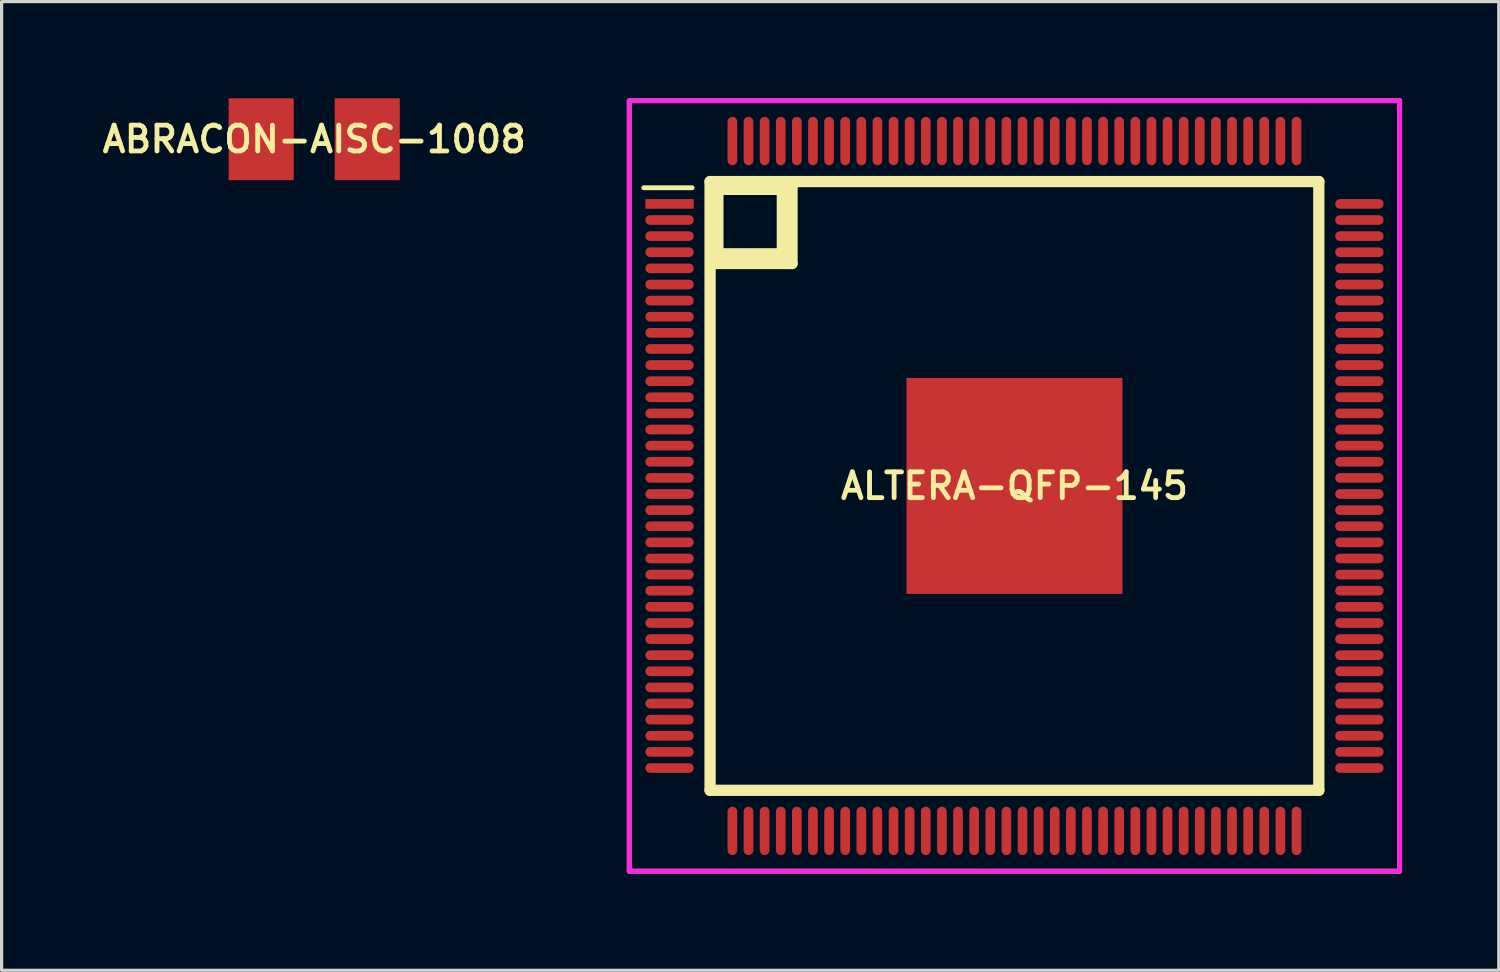
<source format=kicad_pcb>
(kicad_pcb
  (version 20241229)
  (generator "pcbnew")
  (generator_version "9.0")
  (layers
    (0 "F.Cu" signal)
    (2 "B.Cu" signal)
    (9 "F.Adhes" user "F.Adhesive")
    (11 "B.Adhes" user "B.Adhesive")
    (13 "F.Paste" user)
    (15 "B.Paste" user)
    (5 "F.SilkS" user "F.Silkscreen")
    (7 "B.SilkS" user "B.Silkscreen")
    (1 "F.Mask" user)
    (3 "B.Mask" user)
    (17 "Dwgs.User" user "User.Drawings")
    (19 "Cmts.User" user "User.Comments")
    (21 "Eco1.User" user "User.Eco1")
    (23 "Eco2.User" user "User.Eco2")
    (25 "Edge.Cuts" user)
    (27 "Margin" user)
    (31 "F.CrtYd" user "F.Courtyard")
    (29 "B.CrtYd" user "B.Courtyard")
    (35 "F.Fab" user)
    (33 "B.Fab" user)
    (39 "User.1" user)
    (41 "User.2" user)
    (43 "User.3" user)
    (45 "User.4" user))
  (footprint "ABRACON-AISC-1008"
    (layer "F.Cu")
    (at 6.697 1.27)
    (property "Reference" "ABRACON-AISC-1008" (at 0 0 0) (layer "F.SilkS") (effects (font (size 0.8 0.8) (thickness 0.15))))
    (attr through_hole)
    (pad "1" smd rect (at -1.645 0) (size 2.02 2.54) (layers "F.Cu" "F.Mask" "F.Paste"))
    (pad "2" smd rect (at 1.645 0) (size 2.02 2.54) (layers "F.Cu" "F.Mask" "F.Paste")))
  (footprint "ALTERA-QFP-145"
    (layer "F.Cu")
    (at 28.42 12.025)
    (property "Reference" "ALTERA-QFP-145" (at 0 0 0) (layer "F.SilkS") (effects (font (size 0.8 0.8) (thickness 0.15))))
    (attr through_hole)
    (fp_line (start -11.5 -9.25) (end -10 -9.25) (stroke (width 0.15) (type solid)) (layer "F.SilkS"))
    (fp_line (start -9.442 -9.442) (end -9.442 9.442) (stroke (width 0.35) (type solid)) (layer "F.SilkS"))
    (fp_line (start -9.442 9.442) (end 9.442 9.442) (stroke (width 0.35) (type solid)) (layer "F.SilkS"))
    (fp_line (start -9.4 -9.2) (end -7.2 -9.2) (stroke (width 0.35) (type solid)) (layer "F.SilkS"))
    (fp_line (start -9.2 -7.2) (end -9.2 -9.2) (stroke (width 0.35) (type solid)) (layer "F.SilkS"))
    (fp_line (start -7.2 -9.2) (end -7.2 -7.2) (stroke (width 0.35) (type solid)) (layer "F.SilkS"))
    (fp_line (start -7.2 -7.2) (end -9.2 -7.2) (stroke (width 0.35) (type solid)) (layer "F.SilkS"))
    (fp_line (start -6.9 -9.4) (end -6.9 -6.9) (stroke (width 0.35) (type solid)) (layer "F.SilkS"))
    (fp_line (start -6.9 -6.9) (end -9.4 -6.9) (stroke (width 0.35) (type solid)) (layer "F.SilkS"))
    (fp_line (start 9.442 -9.442) (end -9.442 -9.442) (stroke (width 0.35) (type solid)) (layer "F.SilkS"))
    (fp_line (start 9.442 9.442) (end 9.442 -9.442) (stroke (width 0.35) (type solid)) (layer "F.SilkS"))
    (fp_line (start -11.95 -11.95) (end 11.95 -11.95) (stroke (width 0.15) (type solid)) (layer "F.CrtYd"))
    (fp_line (start -11.95 11.95) (end -11.95 -11.95) (stroke (width 0.15) (type solid)) (layer "F.CrtYd"))
    (fp_line (start 11.95 -11.95) (end 11.95 11.95) (stroke (width 0.15) (type solid)) (layer "F.CrtYd"))
    (fp_line (start 11.95 11.95) (end -11.95 11.95) (stroke (width 0.15) (type solid)) (layer "F.CrtYd"))
    (fp_line (start -11.95 -11.95) (end 11.95 -11.95) (stroke (width 0.15) (type solid)) (layer "F.Fab"))
    (fp_line (start -11.95 11.95) (end -11.95 -11.95) (stroke (width 0.15) (type solid)) (layer "F.Fab"))
    (fp_line (start 11.95 -11.95) (end 11.95 11.95) (stroke (width 0.15) (type solid)) (layer "F.Fab"))
    (fp_line (start 11.95 11.95) (end -11.95 11.95) (stroke (width 0.15) (type solid)) (layer "F.Fab"))
    (pad "1" smd rect (at -10.7 -8.75) (size 1.5 0.3) (layers "F.Cu" "F.Mask" "F.Paste"))
    (pad "2" smd oval (at -10.7 -8.25) (size 1.5 0.3) (layers "F.Cu" "F.Mask" "F.Paste"))
    (pad "3" smd oval (at -10.7 -7.75) (size 1.5 0.3) (layers "F.Cu" "F.Mask" "F.Paste"))
    (pad "4" smd oval (at -10.7 -7.25) (size 1.5 0.3) (layers "F.Cu" "F.Mask" "F.Paste"))
    (pad "5" smd oval (at -10.7 -6.75) (size 1.5 0.3) (layers "F.Cu" "F.Mask" "F.Paste"))
    (pad "6" smd oval (at -10.7 -6.25) (size 1.5 0.3) (layers "F.Cu" "F.Mask" "F.Paste"))
    (pad "7" smd oval (at -10.7 -5.75) (size 1.5 0.3) (layers "F.Cu" "F.Mask" "F.Paste"))
    (pad "8" smd oval (at -10.7 -5.25) (size 1.5 0.3) (layers "F.Cu" "F.Mask" "F.Paste"))
    (pad "9" smd oval (at -10.7 -4.75) (size 1.5 0.3) (layers "F.Cu" "F.Mask" "F.Paste"))
    (pad "10" smd oval (at -10.7 -4.25) (size 1.5 0.3) (layers "F.Cu" "F.Mask" "F.Paste"))
    (pad "11" smd oval (at -10.7 -3.75) (size 1.5 0.3) (layers "F.Cu" "F.Mask" "F.Paste"))
    (pad "12" smd oval (at -10.7 -3.25) (size 1.5 0.3) (layers "F.Cu" "F.Mask" "F.Paste"))
    (pad "13" smd oval (at -10.7 -2.75) (size 1.5 0.3) (layers "F.Cu" "F.Mask" "F.Paste"))
    (pad "14" smd oval (at -10.7 -2.25) (size 1.5 0.3) (layers "F.Cu" "F.Mask" "F.Paste"))
    (pad "15" smd oval (at -10.7 -1.75) (size 1.5 0.3) (layers "F.Cu" "F.Mask" "F.Paste"))
    (pad "16" smd oval (at -10.7 -1.25) (size 1.5 0.3) (layers "F.Cu" "F.Mask" "F.Paste"))
    (pad "17" smd oval (at -10.7 -0.75) (size 1.5 0.3) (layers "F.Cu" "F.Mask" "F.Paste"))
    (pad "18" smd oval (at -10.7 -0.25) (size 1.5 0.3) (layers "F.Cu" "F.Mask" "F.Paste"))
    (pad "19" smd oval (at -10.7 0.25) (size 1.5 0.3) (layers "F.Cu" "F.Mask" "F.Paste"))
    (pad "20" smd oval (at -10.7 0.75) (size 1.5 0.3) (layers "F.Cu" "F.Mask" "F.Paste"))
    (pad "21" smd oval (at -10.7 1.25) (size 1.5 0.3) (layers "F.Cu" "F.Mask" "F.Paste"))
    (pad "22" smd oval (at -10.7 1.75) (size 1.5 0.3) (layers "F.Cu" "F.Mask" "F.Paste"))
    (pad "23" smd oval (at -10.7 2.25) (size 1.5 0.3) (layers "F.Cu" "F.Mask" "F.Paste"))
    (pad "24" smd oval (at -10.7 2.75) (size 1.5 0.3) (layers "F.Cu" "F.Mask" "F.Paste"))
    (pad "25" smd oval (at -10.7 3.25) (size 1.5 0.3) (layers "F.Cu" "F.Mask" "F.Paste"))
    (pad "26" smd oval (at -10.7 3.75) (size 1.5 0.3) (layers "F.Cu" "F.Mask" "F.Paste"))
    (pad "27" smd oval (at -10.7 4.25) (size 1.5 0.3) (layers "F.Cu" "F.Mask" "F.Paste"))
    (pad "28" smd oval (at -10.7 4.75) (size 1.5 0.3) (layers "F.Cu" "F.Mask" "F.Paste"))
    (pad "29" smd oval (at -10.7 5.25) (size 1.5 0.3) (layers "F.Cu" "F.Mask" "F.Paste"))
    (pad "30" smd oval (at -10.7 5.75) (size 1.5 0.3) (layers "F.Cu" "F.Mask" "F.Paste"))
    (pad "31" smd oval (at -10.7 6.25) (size 1.5 0.3) (layers "F.Cu" "F.Mask" "F.Paste"))
    (pad "32" smd oval (at -10.7 6.75) (size 1.5 0.3) (layers "F.Cu" "F.Mask" "F.Paste"))
    (pad "33" smd oval (at -10.7 7.25) (size 1.5 0.3) (layers "F.Cu" "F.Mask" "F.Paste"))
    (pad "34" smd oval (at -10.7 7.75) (size 1.5 0.3) (layers "F.Cu" "F.Mask" "F.Paste"))
    (pad "35" smd oval (at -10.7 8.25) (size 1.5 0.3) (layers "F.Cu" "F.Mask" "F.Paste"))
    (pad "36" smd oval (at -10.7 8.75) (size 1.5 0.3) (layers "F.Cu" "F.Mask" "F.Paste"))
    (pad "37" smd oval (at -8.75 10.7) (size 0.3 1.5) (layers "F.Cu" "F.Mask" "F.Paste"))
    (pad "38" smd oval (at -8.25 10.7) (size 0.3 1.5) (layers "F.Cu" "F.Mask" "F.Paste"))
    (pad "39" smd oval (at -7.75 10.7) (size 0.3 1.5) (layers "F.Cu" "F.Mask" "F.Paste"))
    (pad "40" smd oval (at -7.25 10.7) (size 0.3 1.5) (layers "F.Cu" "F.Mask" "F.Paste"))
    (pad "41" smd oval (at -6.75 10.7) (size 0.3 1.5) (layers "F.Cu" "F.Mask" "F.Paste"))
    (pad "42" smd oval (at -6.25 10.7) (size 0.3 1.5) (layers "F.Cu" "F.Mask" "F.Paste"))
    (pad "43" smd oval (at -5.75 10.7) (size 0.3 1.5) (layers "F.Cu" "F.Mask" "F.Paste"))
    (pad "44" smd oval (at -5.25 10.7) (size 0.3 1.5) (layers "F.Cu" "F.Mask" "F.Paste"))
    (pad "45" smd oval (at -4.75 10.7) (size 0.3 1.5) (layers "F.Cu" "F.Mask" "F.Paste"))
    (pad "46" smd oval (at -4.25 10.7) (size 0.3 1.5) (layers "F.Cu" "F.Mask" "F.Paste"))
    (pad "47" smd oval (at -3.75 10.7) (size 0.3 1.5) (layers "F.Cu" "F.Mask" "F.Paste"))
    (pad "48" smd oval (at -3.25 10.7) (size 0.3 1.5) (layers "F.Cu" "F.Mask" "F.Paste"))
    (pad "49" smd oval (at -2.75 10.7) (size 0.3 1.5) (layers "F.Cu" "F.Mask" "F.Paste"))
    (pad "50" smd oval (at -2.25 10.7) (size 0.3 1.5) (layers "F.Cu" "F.Mask" "F.Paste"))
    (pad "51" smd oval (at -1.75 10.7) (size 0.3 1.5) (layers "F.Cu" "F.Mask" "F.Paste"))
    (pad "52" smd oval (at -1.25 10.7) (size 0.3 1.5) (layers "F.Cu" "F.Mask" "F.Paste"))
    (pad "53" smd oval (at -0.75 10.7) (size 0.3 1.5) (layers "F.Cu" "F.Mask" "F.Paste"))
    (pad "54" smd oval (at -0.25 10.7) (size 0.3 1.5) (layers "F.Cu" "F.Mask" "F.Paste"))
    (pad "55" smd oval (at 0.25 10.7) (size 0.3 1.5) (layers "F.Cu" "F.Mask" "F.Paste"))
    (pad "56" smd oval (at 0.75 10.7) (size 0.3 1.5) (layers "F.Cu" "F.Mask" "F.Paste"))
    (pad "57" smd oval (at 1.25 10.7) (size 0.3 1.5) (layers "F.Cu" "F.Mask" "F.Paste"))
    (pad "58" smd oval (at 1.75 10.7) (size 0.3 1.5) (layers "F.Cu" "F.Mask" "F.Paste"))
    (pad "59" smd oval (at 2.25 10.7) (size 0.3 1.5) (layers "F.Cu" "F.Mask" "F.Paste"))
    (pad "60" smd oval (at 2.75 10.7) (size 0.3 1.5) (layers "F.Cu" "F.Mask" "F.Paste"))
    (pad "61" smd oval (at 3.25 10.7) (size 0.3 1.5) (layers "F.Cu" "F.Mask" "F.Paste"))
    (pad "62" smd oval (at 3.75 10.7) (size 0.3 1.5) (layers "F.Cu" "F.Mask" "F.Paste"))
    (pad "63" smd oval (at 4.25 10.7) (size 0.3 1.5) (layers "F.Cu" "F.Mask" "F.Paste"))
    (pad "64" smd oval (at 4.75 10.7) (size 0.3 1.5) (layers "F.Cu" "F.Mask" "F.Paste"))
    (pad "65" smd oval (at 5.25 10.7) (size 0.3 1.5) (layers "F.Cu" "F.Mask" "F.Paste"))
    (pad "66" smd oval (at 5.75 10.7) (size 0.3 1.5) (layers "F.Cu" "F.Mask" "F.Paste"))
    (pad "67" smd oval (at 6.25 10.7) (size 0.3 1.5) (layers "F.Cu" "F.Mask" "F.Paste"))
    (pad "68" smd oval (at 6.75 10.7) (size 0.3 1.5) (layers "F.Cu" "F.Mask" "F.Paste"))
    (pad "69" smd oval (at 7.25 10.7) (size 0.3 1.5) (layers "F.Cu" "F.Mask" "F.Paste"))
    (pad "70" smd oval (at 7.75 10.7) (size 0.3 1.5) (layers "F.Cu" "F.Mask" "F.Paste"))
    (pad "71" smd oval (at 8.25 10.7) (size 0.3 1.5) (layers "F.Cu" "F.Mask" "F.Paste"))
    (pad "72" smd oval (at 8.75 10.7) (size 0.3 1.5) (layers "F.Cu" "F.Mask" "F.Paste"))
    (pad "73" smd oval (at 10.7 8.75) (size 1.5 0.3) (layers "F.Cu" "F.Mask" "F.Paste"))
    (pad "74" smd oval (at 10.7 8.25) (size 1.5 0.3) (layers "F.Cu" "F.Mask" "F.Paste"))
    (pad "75" smd oval (at 10.7 7.75) (size 1.5 0.3) (layers "F.Cu" "F.Mask" "F.Paste"))
    (pad "76" smd oval (at 10.7 7.25) (size 1.5 0.3) (layers "F.Cu" "F.Mask" "F.Paste"))
    (pad "77" smd oval (at 10.7 6.75) (size 1.5 0.3) (layers "F.Cu" "F.Mask" "F.Paste"))
    (pad "78" smd oval (at 10.7 6.25) (size 1.5 0.3) (layers "F.Cu" "F.Mask" "F.Paste"))
    (pad "79" smd oval (at 10.7 5.75) (size 1.5 0.3) (layers "F.Cu" "F.Mask" "F.Paste"))
    (pad "80" smd oval (at 10.7 5.25) (size 1.5 0.3) (layers "F.Cu" "F.Mask" "F.Paste"))
    (pad "81" smd oval (at 10.7 4.75) (size 1.5 0.3) (layers "F.Cu" "F.Mask" "F.Paste"))
    (pad "82" smd oval (at 10.7 4.25) (size 1.5 0.3) (layers "F.Cu" "F.Mask" "F.Paste"))
    (pad "83" smd oval (at 10.7 3.75) (size 1.5 0.3) (layers "F.Cu" "F.Mask" "F.Paste"))
    (pad "84" smd oval (at 10.7 3.25) (size 1.5 0.3) (layers "F.Cu" "F.Mask" "F.Paste"))
    (pad "85" smd oval (at 10.7 2.75) (size 1.5 0.3) (layers "F.Cu" "F.Mask" "F.Paste"))
    (pad "86" smd oval (at 10.7 2.25) (size 1.5 0.3) (layers "F.Cu" "F.Mask" "F.Paste"))
    (pad "87" smd oval (at 10.7 1.75) (size 1.5 0.3) (layers "F.Cu" "F.Mask" "F.Paste"))
    (pad "88" smd oval (at 10.7 1.25) (size 1.5 0.3) (layers "F.Cu" "F.Mask" "F.Paste"))
    (pad "89" smd oval (at 10.7 0.75) (size 1.5 0.3) (layers "F.Cu" "F.Mask" "F.Paste"))
    (pad "90" smd oval (at 10.7 0.25) (size 1.5 0.3) (layers "F.Cu" "F.Mask" "F.Paste"))
    (pad "91" smd oval (at 10.7 -0.25) (size 1.5 0.3) (layers "F.Cu" "F.Mask" "F.Paste"))
    (pad "92" smd oval (at 10.7 -0.75) (size 1.5 0.3) (layers "F.Cu" "F.Mask" "F.Paste"))
    (pad "93" smd oval (at 10.7 -1.25) (size 1.5 0.3) (layers "F.Cu" "F.Mask" "F.Paste"))
    (pad "94" smd oval (at 10.7 -1.75) (size 1.5 0.3) (layers "F.Cu" "F.Mask" "F.Paste"))
    (pad "95" smd oval (at 10.7 -2.25) (size 1.5 0.3) (layers "F.Cu" "F.Mask" "F.Paste"))
    (pad "96" smd oval (at 10.7 -2.75) (size 1.5 0.3) (layers "F.Cu" "F.Mask" "F.Paste"))
    (pad "97" smd oval (at 10.7 -3.25) (size 1.5 0.3) (layers "F.Cu" "F.Mask" "F.Paste"))
    (pad "98" smd oval (at 10.7 -3.75) (size 1.5 0.3) (layers "F.Cu" "F.Mask" "F.Paste"))
    (pad "99" smd oval (at 10.7 -4.25) (size 1.5 0.3) (layers "F.Cu" "F.Mask" "F.Paste"))
    (pad "100" smd oval (at 10.7 -4.75) (size 1.5 0.3) (layers "F.Cu" "F.Mask" "F.Paste"))
    (pad "101" smd oval (at 10.7 -5.25) (size 1.5 0.3) (layers "F.Cu" "F.Mask" "F.Paste"))
    (pad "102" smd oval (at 10.7 -5.75) (size 1.5 0.3) (layers "F.Cu" "F.Mask" "F.Paste"))
    (pad "103" smd oval (at 10.7 -6.25) (size 1.5 0.3) (layers "F.Cu" "F.Mask" "F.Paste"))
    (pad "104" smd oval (at 10.7 -6.75) (size 1.5 0.3) (layers "F.Cu" "F.Mask" "F.Paste"))
    (pad "105" smd oval (at 10.7 -7.25) (size 1.5 0.3) (layers "F.Cu" "F.Mask" "F.Paste"))
    (pad "106" smd oval (at 10.7 -7.75) (size 1.5 0.3) (layers "F.Cu" "F.Mask" "F.Paste"))
    (pad "107" smd oval (at 10.7 -8.25) (size 1.5 0.3) (layers "F.Cu" "F.Mask" "F.Paste"))
    (pad "108" smd oval (at 10.7 -8.75) (size 1.5 0.3) (layers "F.Cu" "F.Mask" "F.Paste"))
    (pad "109" smd oval (at 8.75 -10.7) (size 0.3 1.5) (layers "F.Cu" "F.Mask" "F.Paste"))
    (pad "110" smd oval (at 8.25 -10.7) (size 0.3 1.5) (layers "F.Cu" "F.Mask" "F.Paste"))
    (pad "111" smd oval (at 7.75 -10.7) (size 0.3 1.5) (layers "F.Cu" "F.Mask" "F.Paste"))
    (pad "112" smd oval (at 7.25 -10.7) (size 0.3 1.5) (layers "F.Cu" "F.Mask" "F.Paste"))
    (pad "113" smd oval (at 6.75 -10.7) (size 0.3 1.5) (layers "F.Cu" "F.Mask" "F.Paste"))
    (pad "114" smd oval (at 6.25 -10.7) (size 0.3 1.5) (layers "F.Cu" "F.Mask" "F.Paste"))
    (pad "115" smd oval (at 5.75 -10.7) (size 0.3 1.5) (layers "F.Cu" "F.Mask" "F.Paste"))
    (pad "116" smd oval (at 5.25 -10.7) (size 0.3 1.5) (layers "F.Cu" "F.Mask" "F.Paste"))
    (pad "117" smd oval (at 4.75 -10.7) (size 0.3 1.5) (layers "F.Cu" "F.Mask" "F.Paste"))
    (pad "118" smd oval (at 4.25 -10.7) (size 0.3 1.5) (layers "F.Cu" "F.Mask" "F.Paste"))
    (pad "119" smd oval (at 3.75 -10.7) (size 0.3 1.5) (layers "F.Cu" "F.Mask" "F.Paste"))
    (pad "120" smd oval (at 3.25 -10.7) (size 0.3 1.5) (layers "F.Cu" "F.Mask" "F.Paste"))
    (pad "121" smd oval (at 2.75 -10.7) (size 0.3 1.5) (layers "F.Cu" "F.Mask" "F.Paste"))
    (pad "122" smd oval (at 2.25 -10.7) (size 0.3 1.5) (layers "F.Cu" "F.Mask" "F.Paste"))
    (pad "123" smd oval (at 1.75 -10.7) (size 0.3 1.5) (layers "F.Cu" "F.Mask" "F.Paste"))
    (pad "124" smd oval (at 1.25 -10.7) (size 0.3 1.5) (layers "F.Cu" "F.Mask" "F.Paste"))
    (pad "125" smd oval (at 0.75 -10.7) (size 0.3 1.5) (layers "F.Cu" "F.Mask" "F.Paste"))
    (pad "126" smd oval (at 0.25 -10.7) (size 0.3 1.5) (layers "F.Cu" "F.Mask" "F.Paste"))
    (pad "127" smd oval (at -0.25 -10.7) (size 0.3 1.5) (layers "F.Cu" "F.Mask" "F.Paste"))
    (pad "128" smd oval (at -0.75 -10.7) (size 0.3 1.5) (layers "F.Cu" "F.Mask" "F.Paste"))
    (pad "129" smd oval (at -1.25 -10.7) (size 0.3 1.5) (layers "F.Cu" "F.Mask" "F.Paste"))
    (pad "130" smd oval (at -1.75 -10.7) (size 0.3 1.5) (layers "F.Cu" "F.Mask" "F.Paste"))
    (pad "131" smd oval (at -2.25 -10.7) (size 0.3 1.5) (layers "F.Cu" "F.Mask" "F.Paste"))
    (pad "132" smd oval (at -2.75 -10.7) (size 0.3 1.5) (layers "F.Cu" "F.Mask" "F.Paste"))
    (pad "133" smd oval (at -3.25 -10.7) (size 0.3 1.5) (layers "F.Cu" "F.Mask" "F.Paste"))
    (pad "134" smd oval (at -3.75 -10.7) (size 0.3 1.5) (layers "F.Cu" "F.Mask" "F.Paste"))
    (pad "135" smd oval (at -4.25 -10.7) (size 0.3 1.5) (layers "F.Cu" "F.Mask" "F.Paste"))
    (pad "136" smd oval (at -4.75 -10.7) (size 0.3 1.5) (layers "F.Cu" "F.Mask" "F.Paste"))
    (pad "137" smd oval (at -5.25 -10.7) (size 0.3 1.5) (layers "F.Cu" "F.Mask" "F.Paste"))
    (pad "138" smd oval (at -5.75 -10.7) (size 0.3 1.5) (layers "F.Cu" "F.Mask" "F.Paste"))
    (pad "139" smd oval (at -6.25 -10.7) (size 0.3 1.5) (layers "F.Cu" "F.Mask" "F.Paste"))
    (pad "140" smd oval (at -6.75 -10.7) (size 0.3 1.5) (layers "F.Cu" "F.Mask" "F.Paste"))
    (pad "141" smd oval (at -7.25 -10.7) (size 0.3 1.5) (layers "F.Cu" "F.Mask" "F.Paste"))
    (pad "142" smd oval (at -7.75 -10.7) (size 0.3 1.5) (layers "F.Cu" "F.Mask" "F.Paste"))
    (pad "143" smd oval (at -8.25 -10.7) (size 0.3 1.5) (layers "F.Cu" "F.Mask" "F.Paste"))
    (pad "144" smd oval (at -8.75 -10.7) (size 0.3 1.5) (layers "F.Cu" "F.Mask" "F.Paste"))
    (pad "145" smd rect (at 0 0) (size 6.7 6.7) (layers "F.Cu" "F.Mask" "F.Paste")))
  (gr_rect
    (start -3 -3)
    (end 43.445 27.05)
    (stroke (width 0.1) (type default))
    (fill no)
    (layer "Edge.Cuts")))
</source>
